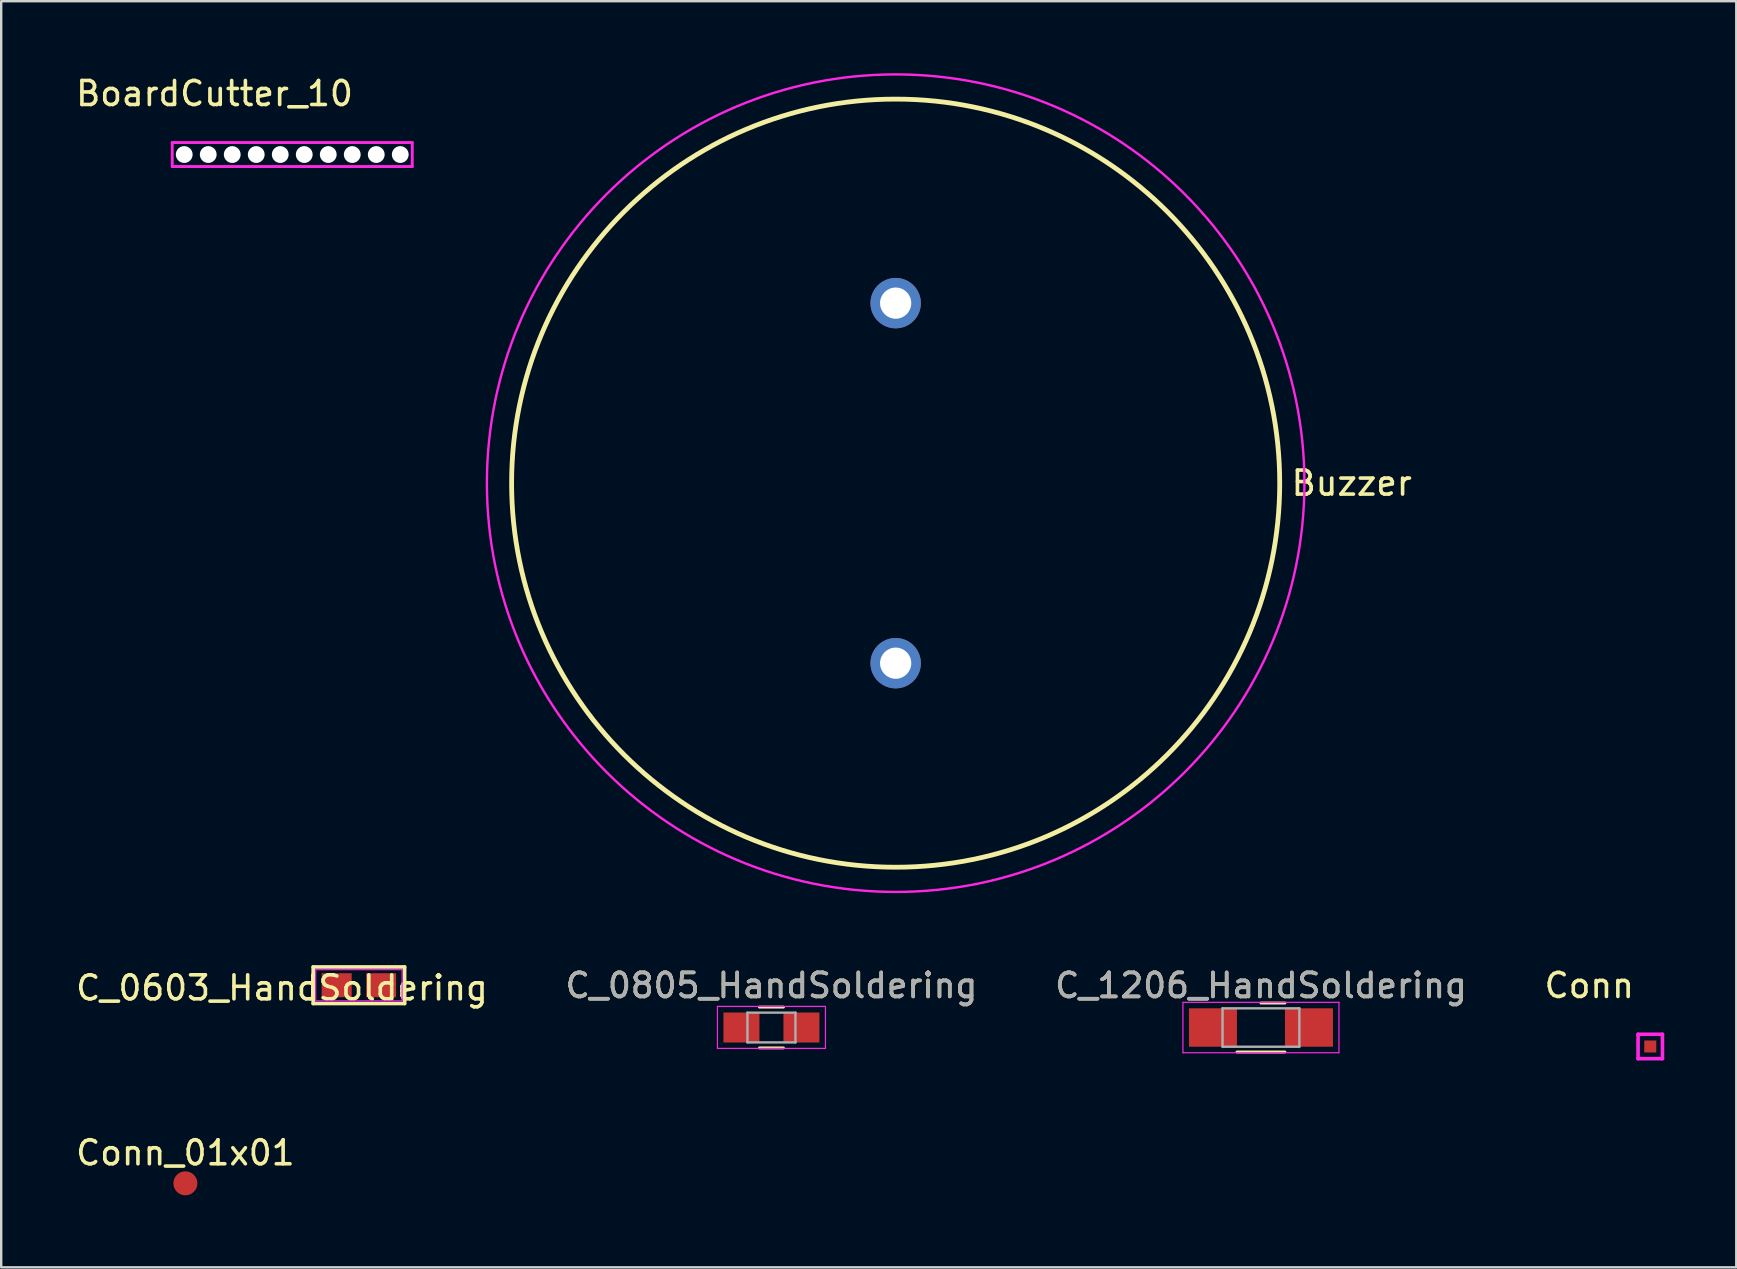
<source format=kicad_pcb>
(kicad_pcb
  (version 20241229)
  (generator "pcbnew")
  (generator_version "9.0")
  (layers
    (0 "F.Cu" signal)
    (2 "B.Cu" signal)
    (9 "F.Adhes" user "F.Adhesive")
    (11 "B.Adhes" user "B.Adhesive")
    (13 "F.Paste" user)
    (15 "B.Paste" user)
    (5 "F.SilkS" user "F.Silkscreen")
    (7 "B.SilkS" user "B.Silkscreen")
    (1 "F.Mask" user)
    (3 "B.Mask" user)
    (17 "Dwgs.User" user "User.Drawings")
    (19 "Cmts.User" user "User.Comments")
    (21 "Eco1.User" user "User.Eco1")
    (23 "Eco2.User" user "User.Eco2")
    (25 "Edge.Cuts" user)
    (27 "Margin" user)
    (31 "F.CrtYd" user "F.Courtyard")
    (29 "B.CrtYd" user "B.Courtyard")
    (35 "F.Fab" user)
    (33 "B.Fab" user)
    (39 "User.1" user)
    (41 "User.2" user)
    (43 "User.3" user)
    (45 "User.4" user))
  (footprint "BoardCutter_10"
    (layer "F.Cu")
    (at 4.625 3.388)
    (property "Reference" "BoardCutter_10" (at 1.262 -2.54 0) (layer "F.SilkS") (effects (font (size 1 1) (thickness 0.15))))
    (attr through_hole)
    (fp_line (start -0.5 -0.5) (end -0.5 0.5) (stroke (width 0.12) (type solid)) (layer "F.CrtYd"))
    (fp_line (start -0.5 0.5) (end 9.5 0.5) (stroke (width 0.12) (type solid)) (layer "F.CrtYd"))
    (fp_line (start 9.5 -0.5) (end -0.5 -0.5) (stroke (width 0.12) (type solid)) (layer "F.CrtYd"))
    (fp_line (start 9.5 0.5) (end 9.5 -0.5) (stroke (width 0.12) (type solid)) (layer "F.CrtYd"))
    (pad "" np_thru_hole circle (at 0 0) (size 0.7 0.7) (drill 0.7) (layers "*.Cu" "*.Mask"))
    (pad "" np_thru_hole circle (at 1 0) (size 0.7 0.7) (drill 0.7) (layers "*.Cu" "*.Mask"))
    (pad "" np_thru_hole circle (at 2 0) (size 0.7 0.7) (drill 0.7) (layers "*.Cu" "*.Mask"))
    (pad "" np_thru_hole circle (at 3 0) (size 0.7 0.7) (drill 0.7) (layers "*.Cu" "*.Mask"))
    (pad "" np_thru_hole circle (at 4 0) (size 0.7 0.7) (drill 0.7) (layers "*.Cu" "*.Mask"))
    (pad "" np_thru_hole circle (at 5 0) (size 0.7 0.7) (drill 0.7) (layers "*.Cu" "*.Mask"))
    (pad "" np_thru_hole circle (at 6 0) (size 0.7 0.7) (drill 0.7) (layers "*.Cu" "*.Mask"))
    (pad "" np_thru_hole circle (at 7 0) (size 0.7 0.7) (drill 0.7) (layers "*.Cu" "*.Mask"))
    (pad "" np_thru_hole circle (at 8 0) (size 0.7 0.7) (drill 0.7) (layers "*.Cu" "*.Mask"))
    (pad "" np_thru_hole circle (at 9 0) (size 0.7 0.7) (drill 0.7) (layers "*.Cu" "*.Mask")))
  (footprint "Buzzer"
    (layer "F.Cu")
    (at 34.264 17.079)
    (property "Reference" "Buzzer" (at 19 0 0) (layer "F.SilkS") (effects (font (size 1 1) (thickness 0.15))))
    (attr through_hole)
    (fp_circle (center 0 0) (end 16 0) (stroke (width 0.2) (type solid)) (fill no) (layer "F.SilkS"))
    (fp_circle (center 0 0) (end 17 1) (stroke (width 0.1) (type solid)) (fill no) (layer "F.CrtYd"))
    (pad "1" thru_hole circle (at 0 -7.5) (size 2.1 2.1) (drill 1.3) (layers "*.Cu" "*.Mask"))
    (pad "2" thru_hole circle (at 0 7.5) (size 2.1 2.1) (drill 1.3) (layers "*.Cu" "*.Mask")))
  (footprint "Conn_01x01"
    (layer "F.Cu")
    (at 4.673 46.248)
    (property "Reference" "Conn_01x01" (at 0 -1.27 0) (layer "F.SilkS") (effects (font (size 1 1) (thickness 0.15))))
    (attr through_hole)
    (pad "1" connect circle (at 0 0) (size 1 1) (layers "F.Cu" "F.Mask")))
  (footprint "C_1206_HandSoldering"
    (layer "F.Cu")
    (at 49.482 39.757)
    (property "Reference" "C_1206_HandSoldering" (at 0 -1.75 0) (layer "F.SilkS") (effects (font (size 1 1) (thickness 0.15))))
    (attr smd)
    (fp_line (start -1 1.02) (end 1 1.02) (stroke (width 0.12) (type solid)) (layer "F.SilkS"))
    (fp_line (start 1 -1.02) (end 0 -1.02) (stroke (width 0.12) (type solid)) (layer "F.SilkS"))
    (fp_line (start -3.25 -1.05) (end -3.25 1.05) (stroke (width 0.05) (type solid)) (layer "F.CrtYd"))
    (fp_line (start -3.25 -1.05) (end 3.25 -1.05) (stroke (width 0.05) (type solid)) (layer "F.CrtYd"))
    (fp_line (start 3.25 1.05) (end -3.25 1.05) (stroke (width 0.05) (type solid)) (layer "F.CrtYd"))
    (fp_line (start 3.25 1.05) (end 3.25 -1.05) (stroke (width 0.05) (type solid)) (layer "F.CrtYd"))
    (fp_line (start -1.6 -0.8) (end 1.6 -0.8) (stroke (width 0.1) (type solid)) (layer "F.Fab"))
    (fp_line (start -1.6 0.8) (end -1.6 -0.8) (stroke (width 0.1) (type solid)) (layer "F.Fab"))
    (fp_line (start 1.6 -0.8) (end 1.6 0.8) (stroke (width 0.1) (type solid)) (layer "F.Fab"))
    (fp_line (start 1.6 0.8) (end -1.6 0.8) (stroke (width 0.1) (type solid)) (layer "F.Fab"))
    (fp_text user "${REFERENCE}" (at 0 -1.75 0) (layer "F.Fab") (effects (font (size 1 1) (thickness 0.15))))
    (pad "1" smd rect (at -2 0) (size 2 1.6) (layers "F.Cu" "F.Mask" "F.Paste"))
    (pad "2" smd rect (at 2 0) (size 2 1.6) (layers "F.Cu" "F.Mask" "F.Paste")))
  (footprint "C_0603_HandSoldering"
    (layer "F.Cu")
    (at 11.902 37.996)
    (property "Reference" "C_0603_HandSoldering" (at -3.205 0.111 0) (layer "F.SilkS") (effects (font (size 1 1) (thickness 0.15))))
    (attr smd)
    (fp_line (start -1.905 -0.762) (end 1.905 -0.762) (stroke (width 0.15) (type solid)) (layer "F.SilkS"))
    (fp_line (start -1.905 0.762) (end -1.905 -0.762) (stroke (width 0.15) (type solid)) (layer "F.SilkS"))
    (fp_line (start 1.905 -0.762) (end 1.905 0.762) (stroke (width 0.15) (type solid)) (layer "F.SilkS"))
    (fp_line (start 1.905 0.762) (end -1.905 0.762) (stroke (width 0.15) (type solid)) (layer "F.SilkS"))
    (fp_line (start -1.8 -0.65) (end -1.8 0.65) (stroke (width 0.05) (type solid)) (layer "F.CrtYd"))
    (fp_line (start -1.8 -0.65) (end 1.8 -0.65) (stroke (width 0.05) (type solid)) (layer "F.CrtYd"))
    (fp_line (start 1.8 0.65) (end -1.8 0.65) (stroke (width 0.05) (type solid)) (layer "F.CrtYd"))
    (fp_line (start 1.8 0.65) (end 1.8 -0.65) (stroke (width 0.05) (type solid)) (layer "F.CrtYd"))
    (pad "1" smd rect (at -0.925 0) (size 1.25 1) (layers "F.Cu" "F.Mask" "F.Paste"))
    (pad "2" smd rect (at 0.925 0) (size 1.25 1) (layers "F.Cu" "F.Mask" "F.Paste")))
  (footprint "Conn"
    (layer "F.Cu")
    (at 65.701 40.547)
    (property "Reference" "Conn" (at -2.54 -2.54 0) (layer "F.SilkS") (effects (font (size 1 1) (thickness 0.15))))
    (attr through_hole)
    (fp_line (start -0.508 -0.508) (end 0.508 -0.508) (stroke (width 0.15) (type solid)) (layer "F.CrtYd"))
    (fp_line (start -0.508 0.508) (end -0.508 -0.508) (stroke (width 0.15) (type solid)) (layer "F.CrtYd"))
    (fp_line (start 0.508 -0.508) (end 0.508 0.508) (stroke (width 0.15) (type solid)) (layer "F.CrtYd"))
    (fp_line (start 0.508 0.508) (end -0.508 0.508) (stroke (width 0.15) (type solid)) (layer "F.CrtYd"))
    (pad "1" connect rect (at 0 0) (size 0.5 0.5) (layers "F.Cu" "F.Mask")))
  (footprint "C_0805_HandSoldering"
    (layer "F.Cu")
    (at 29.089 39.757)
    (property "Reference" "C_0805_HandSoldering" (at 0 -1.75 0) (layer "F.SilkS") (effects (font (size 1 1) (thickness 0.15))))
    (attr smd)
    (fp_line (start -0.5 0.85) (end 0.5 0.85) (stroke (width 0.12) (type solid)) (layer "F.SilkS"))
    (fp_line (start 0.5 -0.85) (end -0.5 -0.85) (stroke (width 0.12) (type solid)) (layer "F.SilkS"))
    (fp_line (start -2.25 -0.88) (end -2.25 0.87) (stroke (width 0.05) (type solid)) (layer "F.CrtYd"))
    (fp_line (start -2.25 -0.88) (end 2.25 -0.88) (stroke (width 0.05) (type solid)) (layer "F.CrtYd"))
    (fp_line (start 2.25 0.87) (end -2.25 0.87) (stroke (width 0.05) (type solid)) (layer "F.CrtYd"))
    (fp_line (start 2.25 0.87) (end 2.25 -0.88) (stroke (width 0.05) (type solid)) (layer "F.CrtYd"))
    (fp_line (start -1 -0.62) (end 1 -0.62) (stroke (width 0.1) (type solid)) (layer "F.Fab"))
    (fp_line (start -1 0.62) (end -1 -0.62) (stroke (width 0.1) (type solid)) (layer "F.Fab"))
    (fp_line (start 1 -0.62) (end 1 0.62) (stroke (width 0.1) (type solid)) (layer "F.Fab"))
    (fp_line (start 1 0.62) (end -1 0.62) (stroke (width 0.1) (type solid)) (layer "F.Fab"))
    (fp_text user "${REFERENCE}" (at 0 -1.75 0) (layer "F.Fab") (effects (font (size 1 1) (thickness 0.15))))
    (pad "1" smd rect (at -1.25 0) (size 1.5 1.25) (layers "F.Cu" "F.Mask" "F.Paste"))
    (pad "2" smd rect (at 1.25 0) (size 1.5 1.25) (layers "F.Cu" "F.Mask" "F.Paste")))
  (gr_rect
    (start -3 -3)
    (end 69.284 49.748)
    (stroke (width 0.1) (type default))
    (fill no)
    (layer "Edge.Cuts")))
</source>
